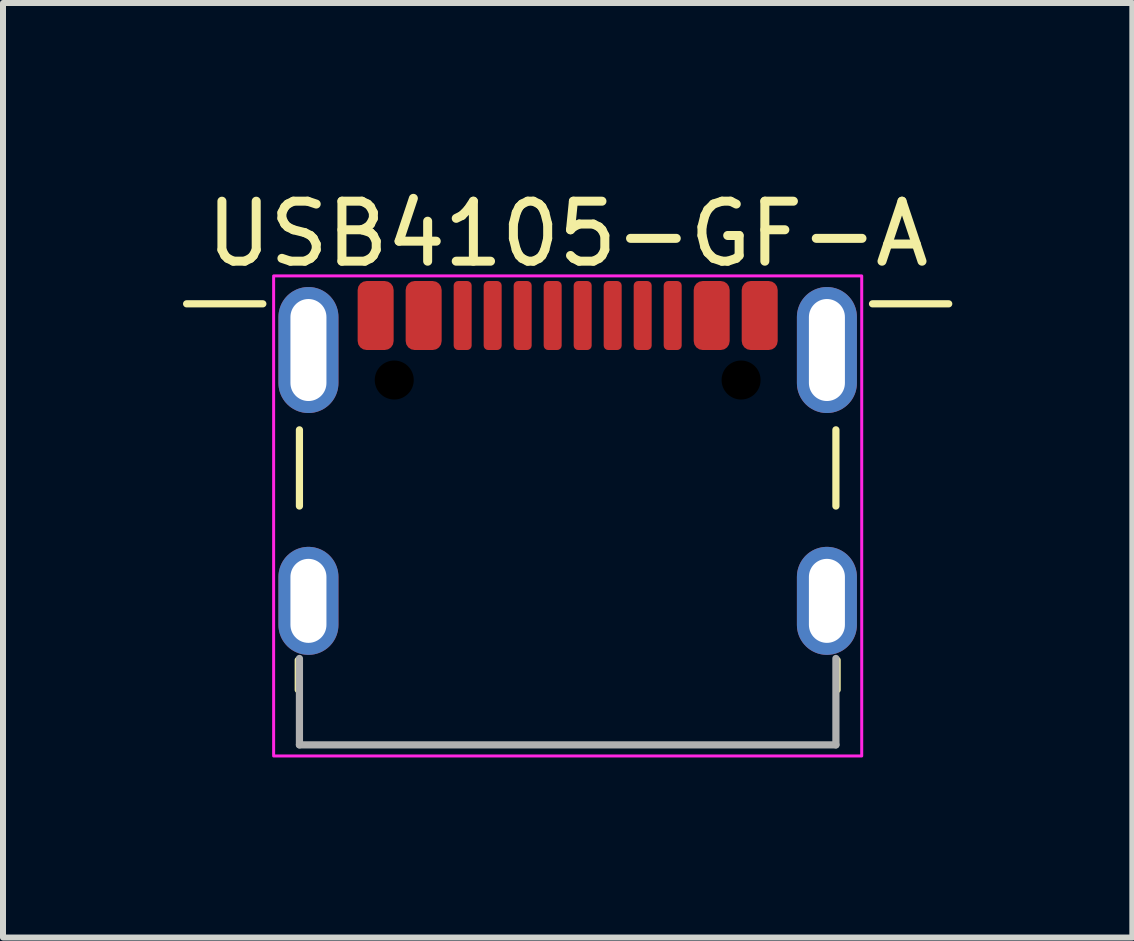
<source format=kicad_pcb>
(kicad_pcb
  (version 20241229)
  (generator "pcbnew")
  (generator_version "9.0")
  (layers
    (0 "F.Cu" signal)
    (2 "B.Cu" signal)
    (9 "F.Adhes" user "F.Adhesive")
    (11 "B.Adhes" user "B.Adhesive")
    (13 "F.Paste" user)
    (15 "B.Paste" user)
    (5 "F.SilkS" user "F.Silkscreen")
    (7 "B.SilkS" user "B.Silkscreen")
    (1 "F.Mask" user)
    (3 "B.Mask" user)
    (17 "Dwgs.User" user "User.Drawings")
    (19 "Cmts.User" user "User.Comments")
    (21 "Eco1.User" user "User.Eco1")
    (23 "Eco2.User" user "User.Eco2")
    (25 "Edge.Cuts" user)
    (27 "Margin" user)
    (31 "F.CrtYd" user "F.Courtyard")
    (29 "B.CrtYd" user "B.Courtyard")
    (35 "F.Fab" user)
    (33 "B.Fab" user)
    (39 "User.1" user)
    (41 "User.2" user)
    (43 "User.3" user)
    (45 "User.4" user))
  (footprint "USB4105-GF-A"
    (layer "F.Cu")
    (at 6.41 4.748)
    (property "Reference" "USB4105-GF-A" (at 0 -3.9 0) (unlocked yes) (layer "F.SilkS") (effects (font (size 1 1) (thickness 0.15))))
    (attr through_hole)
    (fp_line (start -6.35 -2.735) (end -5.08 -2.735) (stroke (width 0.12) (type solid)) (layer "F.SilkS"))
    (fp_line (start -4.5 3.2) (end -4.5 3.7) (stroke (width 0.1) (type default)) (layer "F.SilkS"))
    (fp_line (start -4.47 -0.635) (end -4.47 0.635) (stroke (width 0.12) (type solid)) (layer "F.SilkS"))
    (fp_line (start 4.47 -0.635) (end 4.47 0.635) (stroke (width 0.12) (type solid)) (layer "F.SilkS"))
    (fp_line (start 4.5 3.2) (end 4.5 3.7) (stroke (width 0.1) (type default)) (layer "F.SilkS"))
    (fp_line (start 5.08 -2.735) (end 6.35 -2.735) (stroke (width 0.12) (type solid)) (layer "F.SilkS"))
    (fp_rect (start -4.9 -3.2) (end 4.9 4.8) (stroke (width 0.05) (type default)) (fill no) (layer "F.CrtYd"))
    (fp_line (start -4.47 4.615) (end -4.47 3.175) (stroke (width 0.12) (type solid)) (layer "F.Fab"))
    (fp_line (start -4.47 4.615) (end 4.47 4.615) (stroke (width 0.12) (type solid)) (layer "F.Fab"))
    (fp_line (start 4.47 4.615) (end 4.47 3.175) (stroke (width 0.12) (type solid)) (layer "F.Fab"))
    (pad "" np_thru_hole circle (at -2.89 -1.465) (size 0.65 0.65) (drill 0.65) (layers "*.Mask"))
    (pad "" np_thru_hole circle (at 2.89 -1.465) (size 0.65 0.65) (drill 0.65) (layers "*.Mask"))
    (pad "A1/B12" smd roundrect (at -3.2 -2.54) (size 0.6 1.15) (layers "F.Cu" "F.Mask" "F.Paste") (roundrect_rratio 0.25))
    (pad "A4/B9" smd roundrect (at -2.4 -2.54) (size 0.6 1.15) (layers "F.Cu" "F.Mask" "F.Paste") (roundrect_rratio 0.25))
    (pad "A5" smd roundrect (at -1.25 -2.54) (size 0.3 1.15) (layers "F.Cu" "F.Mask" "F.Paste") (roundrect_rratio 0.25))
    (pad "A6" smd roundrect (at -0.25 -2.54) (size 0.3 1.15) (layers "F.Cu" "F.Mask" "F.Paste") (roundrect_rratio 0.25))
    (pad "A7" smd roundrect (at 0.25 -2.54) (size 0.3 1.15) (layers "F.Cu" "F.Mask" "F.Paste") (roundrect_rratio 0.25))
    (pad "A8" smd roundrect (at 1.25 -2.54) (size 0.3 1.15) (layers "F.Cu" "F.Mask" "F.Paste") (roundrect_rratio 0.25))
    (pad "A9/B4" smd roundrect (at 2.4 -2.54) (size 0.6 1.15) (layers "F.Cu" "F.Mask" "F.Paste") (roundrect_rratio 0.25))
    (pad "A12/B1" smd roundrect (at 3.2 -2.54) (size 0.6 1.15) (layers "F.Cu" "F.Mask" "F.Paste") (roundrect_rratio 0.25))
    (pad "B5" smd roundrect (at 1.75 -2.54) (size 0.3 1.15) (layers "F.Cu" "F.Mask" "F.Paste") (roundrect_rratio 0.25))
    (pad "B6" smd roundrect (at 0.75 -2.54) (size 0.3 1.15) (layers "F.Cu" "F.Mask" "F.Paste") (roundrect_rratio 0.25))
    (pad "B7" smd roundrect (at -0.75 -2.54) (size 0.3 1.15) (layers "F.Cu" "F.Mask" "F.Paste") (roundrect_rratio 0.25))
    (pad "B8" smd roundrect (at -1.75 -2.54) (size 0.3 1.15) (layers "F.Cu" "F.Mask" "F.Paste") (roundrect_rratio 0.25))
    (pad "S1" thru_hole oval (at -4.32 -1.965) (size 1 2.1) (drill oval 0.6 1.7) (layers "*.Cu" "*.Mask"))
    (pad "S1" thru_hole oval (at -4.32 2.215) (size 1 1.8) (drill oval 0.6 1.4) (layers "*.Cu" "*.Mask"))
    (pad "S1" thru_hole oval (at 4.32 -1.965) (size 1 2.1) (drill oval 0.6 1.7) (layers "*.Cu" "*.Mask"))
    (pad "S1" thru_hole oval (at 4.32 2.215) (size 1 1.8) (drill oval 0.6 1.4) (layers "*.Cu" "*.Mask")))
  (gr_rect
    (start -3 -3)
    (end 15.82 12.573)
    (stroke (width 0.1) (type default))
    (fill no)
    (layer "Edge.Cuts")))
</source>
